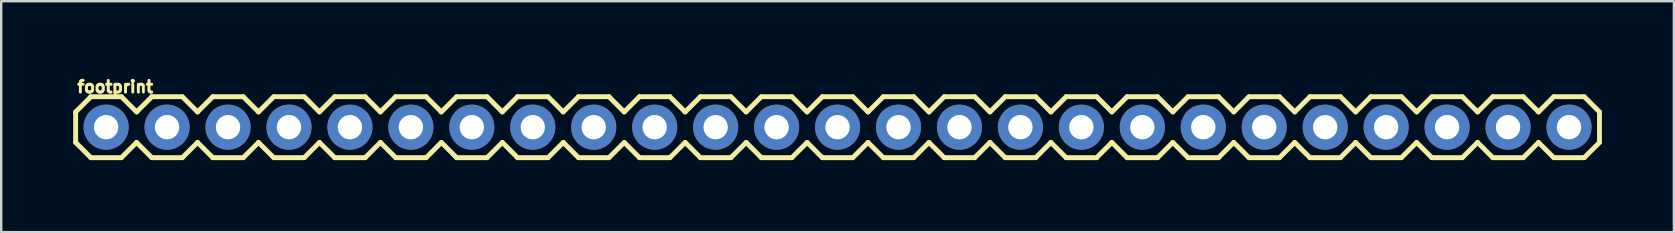
<source format=kicad_pcb>
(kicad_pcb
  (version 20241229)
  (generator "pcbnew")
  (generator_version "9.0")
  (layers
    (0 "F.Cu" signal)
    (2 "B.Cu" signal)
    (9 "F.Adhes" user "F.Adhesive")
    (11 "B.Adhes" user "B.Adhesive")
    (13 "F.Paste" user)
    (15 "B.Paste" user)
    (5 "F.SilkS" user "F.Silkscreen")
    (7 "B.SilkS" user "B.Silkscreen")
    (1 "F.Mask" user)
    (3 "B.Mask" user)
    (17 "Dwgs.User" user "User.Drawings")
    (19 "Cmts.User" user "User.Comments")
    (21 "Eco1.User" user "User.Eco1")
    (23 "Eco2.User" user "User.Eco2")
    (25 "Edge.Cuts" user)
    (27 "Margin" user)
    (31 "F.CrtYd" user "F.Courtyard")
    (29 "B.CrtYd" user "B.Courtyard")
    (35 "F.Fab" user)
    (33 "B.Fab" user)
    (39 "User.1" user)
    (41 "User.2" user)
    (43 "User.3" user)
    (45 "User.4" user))
  (footprint "footprint"
    (layer "F.Cu")
    (at 1.372 2.25)
    (property "Reference" "footprint" (at -1.27 -1.397 0) (layer "F.SilkS") (effects (font (size 0.488 0.488) (thickness 0.122)) (justify left bottom)))
    (fp_line (start -1.27 -0.635) (end -1.27 0.635) (stroke (width 0.203) (type solid)) (layer "F.SilkS"))
    (fp_line (start -1.27 0.635) (end -0.635 1.27) (stroke (width 0.203) (type solid)) (layer "F.SilkS"))
    (fp_line (start -0.635 -1.27) (end -1.27 -0.635) (stroke (width 0.203) (type solid)) (layer "F.SilkS"))
    (fp_line (start -0.635 -1.27) (end 0.635 -1.27) (stroke (width 0.203) (type solid)) (layer "F.SilkS"))
    (fp_line (start 0.635 -1.27) (end 1.27 -0.635) (stroke (width 0.203) (type solid)) (layer "F.SilkS"))
    (fp_line (start 0.635 1.27) (end -0.635 1.27) (stroke (width 0.203) (type solid)) (layer "F.SilkS"))
    (fp_line (start 1.27 -0.635) (end 1.905 -1.27) (stroke (width 0.203) (type solid)) (layer "F.SilkS"))
    (fp_line (start 1.27 0.635) (end 0.635 1.27) (stroke (width 0.203) (type solid)) (layer "F.SilkS"))
    (fp_line (start 1.905 -1.27) (end 3.175 -1.27) (stroke (width 0.203) (type solid)) (layer "F.SilkS"))
    (fp_line (start 1.905 1.27) (end 1.27 0.635) (stroke (width 0.203) (type solid)) (layer "F.SilkS"))
    (fp_line (start 3.175 -1.27) (end 3.81 -0.635) (stroke (width 0.203) (type solid)) (layer "F.SilkS"))
    (fp_line (start 3.175 1.27) (end 1.905 1.27) (stroke (width 0.203) (type solid)) (layer "F.SilkS"))
    (fp_line (start 3.81 -0.635) (end 4.445 -1.27) (stroke (width 0.203) (type solid)) (layer "F.SilkS"))
    (fp_line (start 3.81 0.635) (end 3.175 1.27) (stroke (width 0.203) (type solid)) (layer "F.SilkS"))
    (fp_line (start 4.445 -1.27) (end 5.715 -1.27) (stroke (width 0.203) (type solid)) (layer "F.SilkS"))
    (fp_line (start 4.445 1.27) (end 3.81 0.635) (stroke (width 0.203) (type solid)) (layer "F.SilkS"))
    (fp_line (start 5.715 -1.27) (end 6.35 -0.635) (stroke (width 0.203) (type solid)) (layer "F.SilkS"))
    (fp_line (start 5.715 1.27) (end 4.445 1.27) (stroke (width 0.203) (type solid)) (layer "F.SilkS"))
    (fp_line (start 6.35 0.635) (end 5.715 1.27) (stroke (width 0.203) (type solid)) (layer "F.SilkS"))
    (fp_line (start 6.35 0.635) (end 6.985 1.27) (stroke (width 0.203) (type solid)) (layer "F.SilkS"))
    (fp_line (start 6.985 -1.27) (end 6.35 -0.635) (stroke (width 0.203) (type solid)) (layer "F.SilkS"))
    (fp_line (start 6.985 -1.27) (end 8.255 -1.27) (stroke (width 0.203) (type solid)) (layer "F.SilkS"))
    (fp_line (start 8.255 -1.27) (end 8.89 -0.635) (stroke (width 0.203) (type solid)) (layer "F.SilkS"))
    (fp_line (start 8.255 1.27) (end 6.985 1.27) (stroke (width 0.203) (type solid)) (layer "F.SilkS"))
    (fp_line (start 8.89 -0.635) (end 9.525 -1.27) (stroke (width 0.203) (type solid)) (layer "F.SilkS"))
    (fp_line (start 8.89 0.635) (end 8.255 1.27) (stroke (width 0.203) (type solid)) (layer "F.SilkS"))
    (fp_line (start 9.525 -1.27) (end 10.795 -1.27) (stroke (width 0.203) (type solid)) (layer "F.SilkS"))
    (fp_line (start 9.525 1.27) (end 8.89 0.635) (stroke (width 0.203) (type solid)) (layer "F.SilkS"))
    (fp_line (start 10.795 -1.27) (end 11.43 -0.635) (stroke (width 0.203) (type solid)) (layer "F.SilkS"))
    (fp_line (start 10.795 1.27) (end 9.525 1.27) (stroke (width 0.203) (type solid)) (layer "F.SilkS"))
    (fp_line (start 11.43 -0.635) (end 12.065 -1.27) (stroke (width 0.203) (type solid)) (layer "F.SilkS"))
    (fp_line (start 11.43 0.635) (end 10.795 1.27) (stroke (width 0.203) (type solid)) (layer "F.SilkS"))
    (fp_line (start 12.065 -1.27) (end 13.335 -1.27) (stroke (width 0.203) (type solid)) (layer "F.SilkS"))
    (fp_line (start 12.065 1.27) (end 11.43 0.635) (stroke (width 0.203) (type solid)) (layer "F.SilkS"))
    (fp_line (start 13.335 -1.27) (end 13.97 -0.635) (stroke (width 0.203) (type solid)) (layer "F.SilkS"))
    (fp_line (start 13.335 1.27) (end 12.065 1.27) (stroke (width 0.203) (type solid)) (layer "F.SilkS"))
    (fp_line (start 13.97 0.635) (end 13.335 1.27) (stroke (width 0.203) (type solid)) (layer "F.SilkS"))
    (fp_line (start 13.97 0.635) (end 14.605 1.27) (stroke (width 0.203) (type solid)) (layer "F.SilkS"))
    (fp_line (start 14.605 -1.27) (end 13.97 -0.635) (stroke (width 0.203) (type solid)) (layer "F.SilkS"))
    (fp_line (start 14.605 -1.27) (end 15.875 -1.27) (stroke (width 0.203) (type solid)) (layer "F.SilkS"))
    (fp_line (start 15.875 -1.27) (end 16.51 -0.635) (stroke (width 0.203) (type solid)) (layer "F.SilkS"))
    (fp_line (start 15.875 1.27) (end 14.605 1.27) (stroke (width 0.203) (type solid)) (layer "F.SilkS"))
    (fp_line (start 16.51 0.635) (end 15.875 1.27) (stroke (width 0.203) (type solid)) (layer "F.SilkS"))
    (fp_line (start 16.51 0.635) (end 17.145 1.27) (stroke (width 0.203) (type solid)) (layer "F.SilkS"))
    (fp_line (start 17.145 -1.27) (end 16.51 -0.635) (stroke (width 0.203) (type solid)) (layer "F.SilkS"))
    (fp_line (start 17.145 -1.27) (end 18.415 -1.27) (stroke (width 0.203) (type solid)) (layer "F.SilkS"))
    (fp_line (start 18.415 -1.27) (end 19.05 -0.635) (stroke (width 0.203) (type solid)) (layer "F.SilkS"))
    (fp_line (start 18.415 1.27) (end 17.145 1.27) (stroke (width 0.203) (type solid)) (layer "F.SilkS"))
    (fp_line (start 19.05 -0.635) (end 19.685 -1.27) (stroke (width 0.203) (type solid)) (layer "F.SilkS"))
    (fp_line (start 19.05 0.635) (end 18.415 1.27) (stroke (width 0.203) (type solid)) (layer "F.SilkS"))
    (fp_line (start 19.685 -1.27) (end 20.955 -1.27) (stroke (width 0.203) (type solid)) (layer "F.SilkS"))
    (fp_line (start 19.685 1.27) (end 19.05 0.635) (stroke (width 0.203) (type solid)) (layer "F.SilkS"))
    (fp_line (start 20.955 -1.27) (end 21.59 -0.635) (stroke (width 0.203) (type solid)) (layer "F.SilkS"))
    (fp_line (start 20.955 1.27) (end 19.685 1.27) (stroke (width 0.203) (type solid)) (layer "F.SilkS"))
    (fp_line (start 21.59 -0.635) (end 22.225 -1.27) (stroke (width 0.203) (type solid)) (layer "F.SilkS"))
    (fp_line (start 21.59 0.635) (end 20.955 1.27) (stroke (width 0.203) (type solid)) (layer "F.SilkS"))
    (fp_line (start 22.225 -1.27) (end 23.495 -1.27) (stroke (width 0.203) (type solid)) (layer "F.SilkS"))
    (fp_line (start 22.225 1.27) (end 21.59 0.635) (stroke (width 0.203) (type solid)) (layer "F.SilkS"))
    (fp_line (start 23.495 -1.27) (end 24.13 -0.635) (stroke (width 0.203) (type solid)) (layer "F.SilkS"))
    (fp_line (start 23.495 1.27) (end 22.225 1.27) (stroke (width 0.203) (type solid)) (layer "F.SilkS"))
    (fp_line (start 24.13 0.635) (end 23.495 1.27) (stroke (width 0.203) (type solid)) (layer "F.SilkS"))
    (fp_line (start 24.13 0.635) (end 24.765 1.27) (stroke (width 0.203) (type solid)) (layer "F.SilkS"))
    (fp_line (start 24.765 -1.27) (end 24.13 -0.635) (stroke (width 0.203) (type solid)) (layer "F.SilkS"))
    (fp_line (start 24.765 -1.27) (end 26.035 -1.27) (stroke (width 0.203) (type solid)) (layer "F.SilkS"))
    (fp_line (start 26.035 -1.27) (end 26.67 -0.635) (stroke (width 0.203) (type solid)) (layer "F.SilkS"))
    (fp_line (start 26.035 1.27) (end 24.765 1.27) (stroke (width 0.203) (type solid)) (layer "F.SilkS"))
    (fp_line (start 26.67 -0.635) (end 27.305 -1.27) (stroke (width 0.203) (type solid)) (layer "F.SilkS"))
    (fp_line (start 26.67 0.635) (end 26.035 1.27) (stroke (width 0.203) (type solid)) (layer "F.SilkS"))
    (fp_line (start 27.305 -1.27) (end 28.575 -1.27) (stroke (width 0.203) (type solid)) (layer "F.SilkS"))
    (fp_line (start 27.305 1.27) (end 26.67 0.635) (stroke (width 0.203) (type solid)) (layer "F.SilkS"))
    (fp_line (start 28.575 -1.27) (end 29.21 -0.635) (stroke (width 0.203) (type solid)) (layer "F.SilkS"))
    (fp_line (start 28.575 1.27) (end 27.305 1.27) (stroke (width 0.203) (type solid)) (layer "F.SilkS"))
    (fp_line (start 29.21 -0.635) (end 29.845 -1.27) (stroke (width 0.203) (type solid)) (layer "F.SilkS"))
    (fp_line (start 29.21 0.635) (end 28.575 1.27) (stroke (width 0.203) (type solid)) (layer "F.SilkS"))
    (fp_line (start 29.845 -1.27) (end 31.115 -1.27) (stroke (width 0.203) (type solid)) (layer "F.SilkS"))
    (fp_line (start 29.845 1.27) (end 29.21 0.635) (stroke (width 0.203) (type solid)) (layer "F.SilkS"))
    (fp_line (start 31.115 -1.27) (end 31.75 -0.635) (stroke (width 0.203) (type solid)) (layer "F.SilkS"))
    (fp_line (start 31.115 1.27) (end 29.845 1.27) (stroke (width 0.203) (type solid)) (layer "F.SilkS"))
    (fp_line (start 31.75 0.635) (end 31.115 1.27) (stroke (width 0.203) (type solid)) (layer "F.SilkS"))
    (fp_line (start 31.75 0.635) (end 32.385 1.27) (stroke (width 0.203) (type solid)) (layer "F.SilkS"))
    (fp_line (start 32.385 -1.27) (end 31.75 -0.635) (stroke (width 0.203) (type solid)) (layer "F.SilkS"))
    (fp_line (start 32.385 -1.27) (end 33.655 -1.27) (stroke (width 0.203) (type solid)) (layer "F.SilkS"))
    (fp_line (start 33.655 -1.27) (end 34.29 -0.635) (stroke (width 0.203) (type solid)) (layer "F.SilkS"))
    (fp_line (start 33.655 1.27) (end 32.385 1.27) (stroke (width 0.203) (type solid)) (layer "F.SilkS"))
    (fp_line (start 34.29 0.635) (end 33.655 1.27) (stroke (width 0.203) (type solid)) (layer "F.SilkS"))
    (fp_line (start 34.29 0.635) (end 34.925 1.27) (stroke (width 0.203) (type solid)) (layer "F.SilkS"))
    (fp_line (start 34.925 -1.27) (end 34.29 -0.635) (stroke (width 0.203) (type solid)) (layer "F.SilkS"))
    (fp_line (start 34.925 -1.27) (end 36.195 -1.27) (stroke (width 0.203) (type solid)) (layer "F.SilkS"))
    (fp_line (start 36.195 -1.27) (end 36.83 -0.635) (stroke (width 0.203) (type solid)) (layer "F.SilkS"))
    (fp_line (start 36.195 1.27) (end 34.925 1.27) (stroke (width 0.203) (type solid)) (layer "F.SilkS"))
    (fp_line (start 36.83 0.635) (end 36.195 1.27) (stroke (width 0.203) (type solid)) (layer "F.SilkS"))
    (fp_line (start 36.83 0.635) (end 37.465 1.27) (stroke (width 0.203) (type solid)) (layer "F.SilkS"))
    (fp_line (start 37.465 -1.27) (end 36.83 -0.635) (stroke (width 0.203) (type solid)) (layer "F.SilkS"))
    (fp_line (start 37.465 -1.27) (end 38.735 -1.27) (stroke (width 0.203) (type solid)) (layer "F.SilkS"))
    (fp_line (start 38.735 -1.27) (end 39.37 -0.635) (stroke (width 0.203) (type solid)) (layer "F.SilkS"))
    (fp_line (start 38.735 1.27) (end 37.465 1.27) (stroke (width 0.203) (type solid)) (layer "F.SilkS"))
    (fp_line (start 39.37 0.635) (end 38.735 1.27) (stroke (width 0.203) (type solid)) (layer "F.SilkS"))
    (fp_line (start 39.37 0.635) (end 40.005 1.27) (stroke (width 0.203) (type solid)) (layer "F.SilkS"))
    (fp_line (start 40.005 -1.27) (end 39.37 -0.635) (stroke (width 0.203) (type solid)) (layer "F.SilkS"))
    (fp_line (start 40.005 -1.27) (end 41.275 -1.27) (stroke (width 0.203) (type solid)) (layer "F.SilkS"))
    (fp_line (start 41.275 -1.27) (end 41.91 -0.635) (stroke (width 0.203) (type solid)) (layer "F.SilkS"))
    (fp_line (start 41.275 1.27) (end 40.005 1.27) (stroke (width 0.203) (type solid)) (layer "F.SilkS"))
    (fp_line (start 41.91 0.635) (end 41.275 1.27) (stroke (width 0.203) (type solid)) (layer "F.SilkS"))
    (fp_line (start 41.91 0.635) (end 42.545 1.27) (stroke (width 0.203) (type solid)) (layer "F.SilkS"))
    (fp_line (start 42.545 -1.27) (end 41.91 -0.635) (stroke (width 0.203) (type solid)) (layer "F.SilkS"))
    (fp_line (start 42.545 -1.27) (end 43.815 -1.27) (stroke (width 0.203) (type solid)) (layer "F.SilkS"))
    (fp_line (start 43.815 -1.27) (end 44.45 -0.635) (stroke (width 0.203) (type solid)) (layer "F.SilkS"))
    (fp_line (start 43.815 1.27) (end 42.545 1.27) (stroke (width 0.203) (type solid)) (layer "F.SilkS"))
    (fp_line (start 44.45 0.635) (end 43.815 1.27) (stroke (width 0.203) (type solid)) (layer "F.SilkS"))
    (fp_line (start 44.45 0.635) (end 45.085 1.27) (stroke (width 0.203) (type solid)) (layer "F.SilkS"))
    (fp_line (start 45.085 -1.27) (end 44.45 -0.635) (stroke (width 0.203) (type solid)) (layer "F.SilkS"))
    (fp_line (start 45.085 -1.27) (end 46.355 -1.27) (stroke (width 0.203) (type solid)) (layer "F.SilkS"))
    (fp_line (start 46.355 -1.27) (end 46.99 -0.635) (stroke (width 0.203) (type solid)) (layer "F.SilkS"))
    (fp_line (start 46.355 1.27) (end 45.085 1.27) (stroke (width 0.203) (type solid)) (layer "F.SilkS"))
    (fp_line (start 46.99 0.635) (end 46.355 1.27) (stroke (width 0.203) (type solid)) (layer "F.SilkS"))
    (fp_line (start 46.99 0.635) (end 47.625 1.27) (stroke (width 0.203) (type solid)) (layer "F.SilkS"))
    (fp_line (start 47.625 -1.27) (end 46.99 -0.635) (stroke (width 0.203) (type solid)) (layer "F.SilkS"))
    (fp_line (start 47.625 -1.27) (end 48.895 -1.27) (stroke (width 0.203) (type solid)) (layer "F.SilkS"))
    (fp_line (start 48.895 -1.27) (end 49.53 -0.635) (stroke (width 0.203) (type solid)) (layer "F.SilkS"))
    (fp_line (start 48.895 1.27) (end 47.625 1.27) (stroke (width 0.203) (type solid)) (layer "F.SilkS"))
    (fp_line (start 49.53 0.635) (end 48.895 1.27) (stroke (width 0.203) (type solid)) (layer "F.SilkS"))
    (fp_line (start 49.53 0.635) (end 50.165 1.27) (stroke (width 0.203) (type solid)) (layer "F.SilkS"))
    (fp_line (start 50.165 -1.27) (end 49.53 -0.635) (stroke (width 0.203) (type solid)) (layer "F.SilkS"))
    (fp_line (start 50.165 -1.27) (end 51.435 -1.27) (stroke (width 0.203) (type solid)) (layer "F.SilkS"))
    (fp_line (start 51.435 -1.27) (end 52.07 -0.635) (stroke (width 0.203) (type solid)) (layer "F.SilkS"))
    (fp_line (start 51.435 1.27) (end 50.165 1.27) (stroke (width 0.203) (type solid)) (layer "F.SilkS"))
    (fp_line (start 52.07 0.635) (end 51.435 1.27) (stroke (width 0.203) (type solid)) (layer "F.SilkS"))
    (fp_line (start 52.07 0.635) (end 52.705 1.27) (stroke (width 0.203) (type solid)) (layer "F.SilkS"))
    (fp_line (start 52.705 -1.27) (end 52.07 -0.635) (stroke (width 0.203) (type solid)) (layer "F.SilkS"))
    (fp_line (start 52.705 -1.27) (end 53.975 -1.27) (stroke (width 0.203) (type solid)) (layer "F.SilkS"))
    (fp_line (start 53.975 -1.27) (end 54.61 -0.635) (stroke (width 0.203) (type solid)) (layer "F.SilkS"))
    (fp_line (start 53.975 1.27) (end 52.705 1.27) (stroke (width 0.203) (type solid)) (layer "F.SilkS"))
    (fp_line (start 54.61 0.635) (end 53.975 1.27) (stroke (width 0.203) (type solid)) (layer "F.SilkS"))
    (fp_line (start 54.61 0.635) (end 55.245 1.27) (stroke (width 0.203) (type solid)) (layer "F.SilkS"))
    (fp_line (start 55.245 -1.27) (end 54.61 -0.635) (stroke (width 0.203) (type solid)) (layer "F.SilkS"))
    (fp_line (start 55.245 -1.27) (end 56.515 -1.27) (stroke (width 0.203) (type solid)) (layer "F.SilkS"))
    (fp_line (start 56.515 -1.27) (end 57.15 -0.635) (stroke (width 0.203) (type solid)) (layer "F.SilkS"))
    (fp_line (start 56.515 1.27) (end 55.245 1.27) (stroke (width 0.203) (type solid)) (layer "F.SilkS"))
    (fp_line (start 57.15 0.635) (end 56.515 1.27) (stroke (width 0.203) (type solid)) (layer "F.SilkS"))
    (fp_line (start 57.15 0.635) (end 57.785 1.27) (stroke (width 0.203) (type solid)) (layer "F.SilkS"))
    (fp_line (start 57.785 -1.27) (end 57.15 -0.635) (stroke (width 0.203) (type solid)) (layer "F.SilkS"))
    (fp_line (start 57.785 -1.27) (end 59.055 -1.27) (stroke (width 0.203) (type solid)) (layer "F.SilkS"))
    (fp_line (start 59.055 -1.27) (end 59.69 -0.635) (stroke (width 0.203) (type solid)) (layer "F.SilkS"))
    (fp_line (start 59.055 1.27) (end 57.785 1.27) (stroke (width 0.203) (type solid)) (layer "F.SilkS"))
    (fp_line (start 59.69 0.635) (end 59.055 1.27) (stroke (width 0.203) (type solid)) (layer "F.SilkS"))
    (fp_line (start 59.69 0.635) (end 60.325 1.27) (stroke (width 0.203) (type solid)) (layer "F.SilkS"))
    (fp_line (start 60.325 -1.27) (end 59.69 -0.635) (stroke (width 0.203) (type solid)) (layer "F.SilkS"))
    (fp_line (start 60.325 -1.27) (end 61.595 -1.27) (stroke (width 0.203) (type solid)) (layer "F.SilkS"))
    (fp_line (start 61.595 -1.27) (end 62.23 -0.635) (stroke (width 0.203) (type solid)) (layer "F.SilkS"))
    (fp_line (start 61.595 1.27) (end 60.325 1.27) (stroke (width 0.203) (type solid)) (layer "F.SilkS"))
    (fp_line (start 62.23 -0.635) (end 62.23 0.635) (stroke (width 0.203) (type solid)) (layer "F.SilkS"))
    (fp_line (start 62.23 0.635) (end 61.595 1.27) (stroke (width 0.203) (type solid)) (layer "F.SilkS"))
    (fp_poly (pts (xy -0.254 0.254) (xy 0.254 0.254) (xy 0.254 -0.254) (xy -0.254 -0.254)) (stroke (width 0.1) (type solid)) (fill no) (layer "F.Fab"))
    (fp_poly (pts (xy 2.286 0.254) (xy 2.794 0.254) (xy 2.794 -0.254) (xy 2.286 -0.254)) (stroke (width 0.1) (type solid)) (fill no) (layer "F.Fab"))
    (fp_poly (pts (xy 4.826 0.254) (xy 5.334 0.254) (xy 5.334 -0.254) (xy 4.826 -0.254)) (stroke (width 0.1) (type solid)) (fill no) (layer "F.Fab"))
    (fp_poly (pts (xy 7.366 0.254) (xy 7.874 0.254) (xy 7.874 -0.254) (xy 7.366 -0.254)) (stroke (width 0.1) (type solid)) (fill no) (layer "F.Fab"))
    (fp_poly (pts (xy 9.906 0.254) (xy 10.414 0.254) (xy 10.414 -0.254) (xy 9.906 -0.254)) (stroke (width 0.1) (type solid)) (fill no) (layer "F.Fab"))
    (fp_poly (pts (xy 12.446 0.254) (xy 12.954 0.254) (xy 12.954 -0.254) (xy 12.446 -0.254)) (stroke (width 0.1) (type solid)) (fill no) (layer "F.Fab"))
    (fp_poly (pts (xy 14.986 0.254) (xy 15.494 0.254) (xy 15.494 -0.254) (xy 14.986 -0.254)) (stroke (width 0.1) (type solid)) (fill no) (layer "F.Fab"))
    (fp_poly (pts (xy 17.526 0.254) (xy 18.034 0.254) (xy 18.034 -0.254) (xy 17.526 -0.254)) (stroke (width 0.1) (type solid)) (fill no) (layer "F.Fab"))
    (fp_poly (pts (xy 20.066 0.254) (xy 20.574 0.254) (xy 20.574 -0.254) (xy 20.066 -0.254)) (stroke (width 0.1) (type solid)) (fill no) (layer "F.Fab"))
    (fp_poly (pts (xy 22.606 0.254) (xy 23.114 0.254) (xy 23.114 -0.254) (xy 22.606 -0.254)) (stroke (width 0.1) (type solid)) (fill no) (layer "F.Fab"))
    (fp_poly (pts (xy 25.146 0.254) (xy 25.654 0.254) (xy 25.654 -0.254) (xy 25.146 -0.254)) (stroke (width 0.1) (type solid)) (fill no) (layer "F.Fab"))
    (fp_poly (pts (xy 27.686 0.254) (xy 28.194 0.254) (xy 28.194 -0.254) (xy 27.686 -0.254)) (stroke (width 0.1) (type solid)) (fill no) (layer "F.Fab"))
    (fp_poly (pts (xy 30.226 0.254) (xy 30.734 0.254) (xy 30.734 -0.254) (xy 30.226 -0.254)) (stroke (width 0.1) (type solid)) (fill no) (layer "F.Fab"))
    (fp_poly (pts (xy 32.766 0.254) (xy 33.274 0.254) (xy 33.274 -0.254) (xy 32.766 -0.254)) (stroke (width 0.1) (type solid)) (fill no) (layer "F.Fab"))
    (fp_poly (pts (xy 35.306 0.254) (xy 35.814 0.254) (xy 35.814 -0.254) (xy 35.306 -0.254)) (stroke (width 0.1) (type solid)) (fill no) (layer "F.Fab"))
    (fp_poly (pts (xy 37.846 0.254) (xy 38.354 0.254) (xy 38.354 -0.254) (xy 37.846 -0.254)) (stroke (width 0.1) (type solid)) (fill no) (layer "F.Fab"))
    (fp_poly (pts (xy 40.386 0.254) (xy 40.894 0.254) (xy 40.894 -0.254) (xy 40.386 -0.254)) (stroke (width 0.1) (type solid)) (fill no) (layer "F.Fab"))
    (fp_poly (pts (xy 42.926 0.254) (xy 43.434 0.254) (xy 43.434 -0.254) (xy 42.926 -0.254)) (stroke (width 0.1) (type solid)) (fill no) (layer "F.Fab"))
    (fp_poly (pts (xy 45.466 0.254) (xy 45.974 0.254) (xy 45.974 -0.254) (xy 45.466 -0.254)) (stroke (width 0.1) (type solid)) (fill no) (layer "F.Fab"))
    (fp_poly (pts (xy 48.006 0.254) (xy 48.514 0.254) (xy 48.514 -0.254) (xy 48.006 -0.254)) (stroke (width 0.1) (type solid)) (fill no) (layer "F.Fab"))
    (fp_poly (pts (xy 50.546 0.254) (xy 51.054 0.254) (xy 51.054 -0.254) (xy 50.546 -0.254)) (stroke (width 0.1) (type solid)) (fill no) (layer "F.Fab"))
    (fp_poly (pts (xy 53.086 0.254) (xy 53.594 0.254) (xy 53.594 -0.254) (xy 53.086 -0.254)) (stroke (width 0.1) (type solid)) (fill no) (layer "F.Fab"))
    (fp_poly (pts (xy 55.626 0.254) (xy 56.134 0.254) (xy 56.134 -0.254) (xy 55.626 -0.254)) (stroke (width 0.1) (type solid)) (fill no) (layer "F.Fab"))
    (fp_poly (pts (xy 58.166 0.254) (xy 58.674 0.254) (xy 58.674 -0.254) (xy 58.166 -0.254)) (stroke (width 0.1) (type solid)) (fill no) (layer "F.Fab"))
    (fp_poly (pts (xy 60.706 0.254) (xy 61.214 0.254) (xy 61.214 -0.254) (xy 60.706 -0.254)) (stroke (width 0.1) (type solid)) (fill no) (layer "F.Fab"))
    (pad "1" thru_hole circle (at 0 0 90) (size 1.88 1.88) (drill 1.016) (layers "*.Cu" "*.Mask"))
    (pad "2" thru_hole circle (at 2.54 0 90) (size 1.88 1.88) (drill 1.016) (layers "*.Cu" "*.Mask"))
    (pad "3" thru_hole circle (at 5.08 0 90) (size 1.88 1.88) (drill 1.016) (layers "*.Cu" "*.Mask"))
    (pad "4" thru_hole circle (at 7.62 0 90) (size 1.88 1.88) (drill 1.016) (layers "*.Cu" "*.Mask"))
    (pad "5" thru_hole circle (at 10.16 0 90) (size 1.88 1.88) (drill 1.016) (layers "*.Cu" "*.Mask"))
    (pad "6" thru_hole circle (at 12.7 0 90) (size 1.88 1.88) (drill 1.016) (layers "*.Cu" "*.Mask"))
    (pad "7" thru_hole circle (at 15.24 0 90) (size 1.88 1.88) (drill 1.016) (layers "*.Cu" "*.Mask"))
    (pad "8" thru_hole circle (at 17.78 0 90) (size 1.88 1.88) (drill 1.016) (layers "*.Cu" "*.Mask"))
    (pad "9" thru_hole circle (at 20.32 0 90) (size 1.88 1.88) (drill 1.016) (layers "*.Cu" "*.Mask"))
    (pad "10" thru_hole circle (at 22.86 0 90) (size 1.88 1.88) (drill 1.016) (layers "*.Cu" "*.Mask"))
    (pad "11" thru_hole circle (at 25.4 0 90) (size 1.88 1.88) (drill 1.016) (layers "*.Cu" "*.Mask"))
    (pad "12" thru_hole circle (at 27.94 0 90) (size 1.88 1.88) (drill 1.016) (layers "*.Cu" "*.Mask"))
    (pad "13" thru_hole circle (at 30.48 0 90) (size 1.88 1.88) (drill 1.016) (layers "*.Cu" "*.Mask"))
    (pad "14" thru_hole circle (at 33.02 0 90) (size 1.88 1.88) (drill 1.016) (layers "*.Cu" "*.Mask"))
    (pad "15" thru_hole circle (at 35.56 0 90) (size 1.88 1.88) (drill 1.016) (layers "*.Cu" "*.Mask"))
    (pad "16" thru_hole circle (at 38.1 0 90) (size 1.88 1.88) (drill 1.016) (layers "*.Cu" "*.Mask"))
    (pad "17" thru_hole circle (at 40.64 0 90) (size 1.88 1.88) (drill 1.016) (layers "*.Cu" "*.Mask"))
    (pad "18" thru_hole circle (at 43.18 0 90) (size 1.88 1.88) (drill 1.016) (layers "*.Cu" "*.Mask"))
    (pad "19" thru_hole circle (at 45.72 0 90) (size 1.88 1.88) (drill 1.016) (layers "*.Cu" "*.Mask"))
    (pad "20" thru_hole circle (at 48.26 0 90) (size 1.88 1.88) (drill 1.016) (layers "*.Cu" "*.Mask"))
    (pad "21" thru_hole circle (at 50.8 0 90) (size 1.88 1.88) (drill 1.016) (layers "*.Cu" "*.Mask"))
    (pad "22" thru_hole circle (at 53.34 0 90) (size 1.88 1.88) (drill 1.016) (layers "*.Cu" "*.Mask"))
    (pad "23" thru_hole circle (at 55.88 0 90) (size 1.88 1.88) (drill 1.016) (layers "*.Cu" "*.Mask"))
    (pad "24" thru_hole circle (at 58.42 0 90) (size 1.88 1.88) (drill 1.016) (layers "*.Cu" "*.Mask"))
    (pad "25" thru_hole circle (at 60.96 0 90) (size 1.88 1.88) (drill 1.016) (layers "*.Cu" "*.Mask")))
  (gr_rect
    (start -3 -3)
    (end 66.703 6.622)
    (stroke (width 0.1) (type default))
    (fill no)
    (layer "Edge.Cuts")))
</source>
